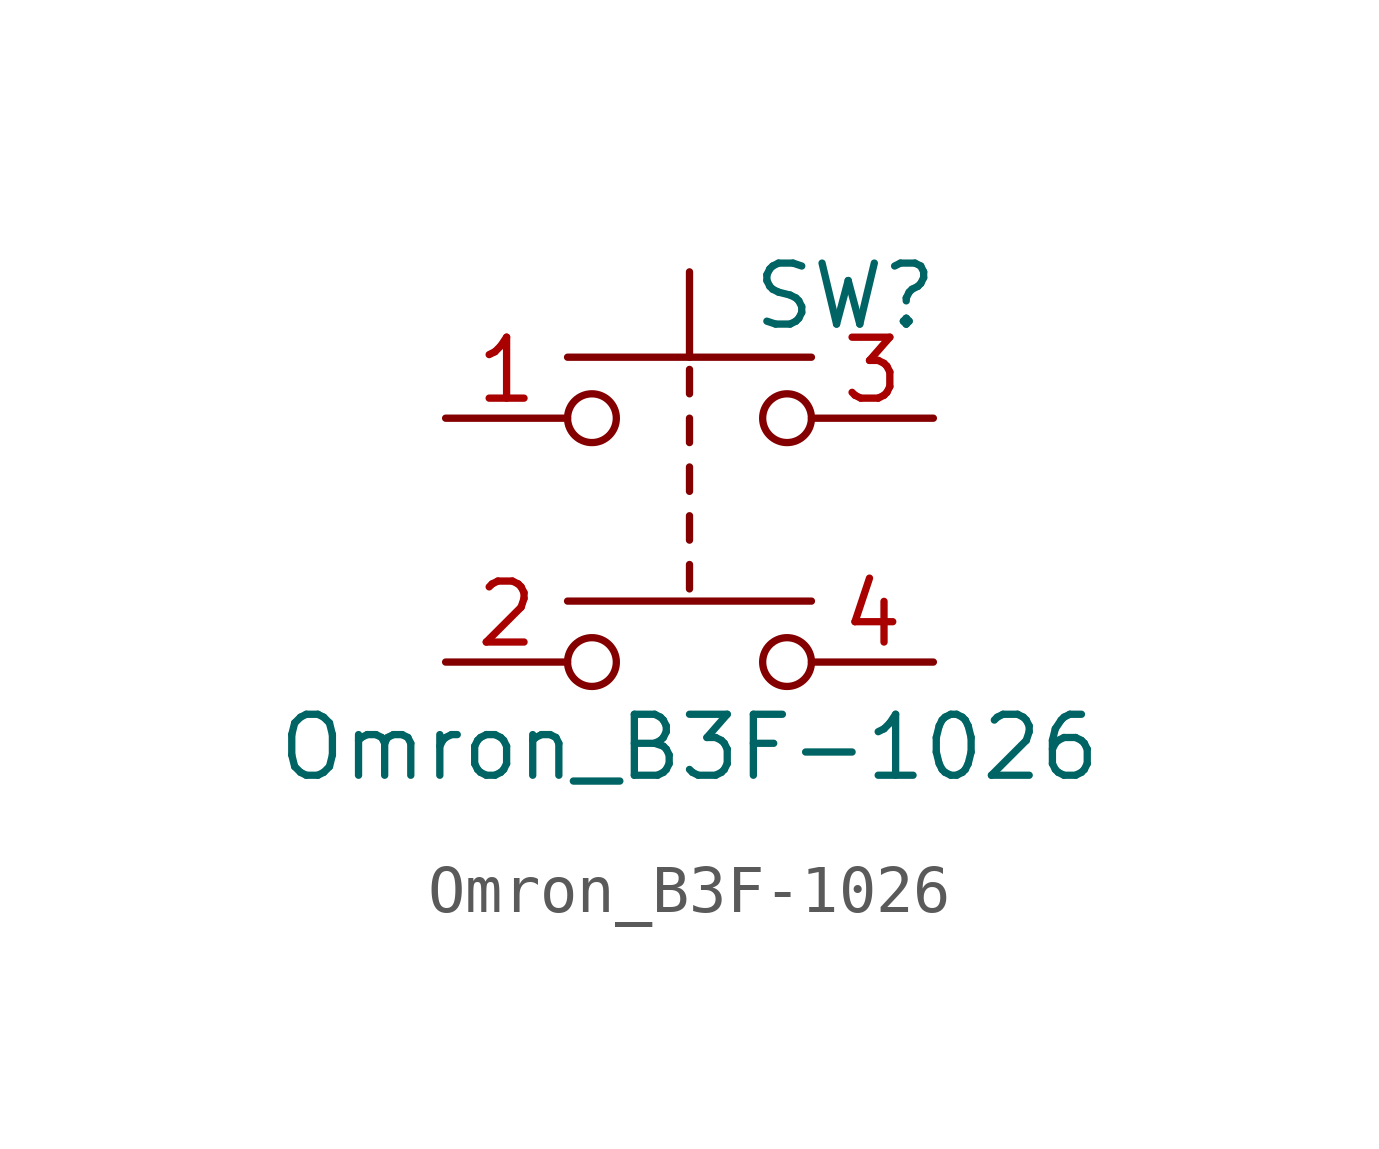
<source format=kicad_sym>
(kicad_symbol_lib
  (version 20231120)
  (generator "kicad_symbol_editor")
  (generator_version "8.0")
  (symbol "Omron_B3F-1026"
    (pin_names
      (offset 1.016) hide)
    (property "Reference" "SW"
      (at 1.27 2.54 0)
      (effects (font (size 1.27 1.27)) (justify left)))
    (property "Value" "Omron_B3F-1026"
      (at 0 -6.858 0)
      (effects (font (size 1.27 1.27))))
    (symbol "Omron_B3F-1026_0_1"
      (circle (center -2.032 -5.08) (radius 0.508) (stroke (width 0) (type default)) (fill (type none)))
      (circle (center -2.032 0) (radius 0.508) (stroke (width 0) (type default)) (fill (type none)))
      (polyline (pts (xy 0 -3.048) (xy 0 -3.556)) (stroke (width 0) (type default)) (fill (type none)))
      (polyline (pts (xy 0 -2.032) (xy 0 -2.54)) (stroke (width 0) (type default)) (fill (type none)))
      (polyline (pts (xy 0 -1.524) (xy 0 -1.016)) (stroke (width 0) (type default)) (fill (type none)))
      (polyline (pts (xy 0 -0.508) (xy 0 0)) (stroke (width 0) (type default)) (fill (type none)))
      (polyline (pts (xy 0 0.508) (xy 0 1.016)) (stroke (width 0) (type default)) (fill (type none)))
      (polyline (pts (xy 0 1.27) (xy 0 3.048)) (stroke (width 0) (type default)) (fill (type none)))
      (polyline (pts (xy 2.54 -3.81) (xy -2.54 -3.81)) (stroke (width 0) (type default)) (fill (type none)))
      (polyline (pts (xy 2.54 1.27) (xy -2.54 1.27)) (stroke (width 0) (type default)) (fill (type none)))
      (circle (center 2.032 -5.08) (radius 0.508) (stroke (width 0) (type default)) (fill (type none)))
      (circle (center 2.032 0) (radius 0.508) (stroke (width 0) (type default)) (fill (type none)))
      (pin passive line (at -5.08 0 0) (length 2.54) (name "1" (effects (font (size 1.27 1.27)))) (number "1" (effects (font (size 1.27 1.27)))))
      (pin passive line (at -5.08 -5.08 0) (length 2.54) (name "2" (effects (font (size 1.27 1.27)))) (number "2" (effects (font (size 1.27 1.27)))))
      (pin passive line (at 5.08 0 180) (length 2.54) (name "3" (effects (font (size 1.27 1.27)))) (number "3" (effects (font (size 1.27 1.27)))))
      (pin passive line (at 5.08 -5.08 180) (length 2.54) (name "4" (effects (font (size 1.27 1.27)))) (number "4" (effects (font (size 1.27 1.27))))))))
</source>
